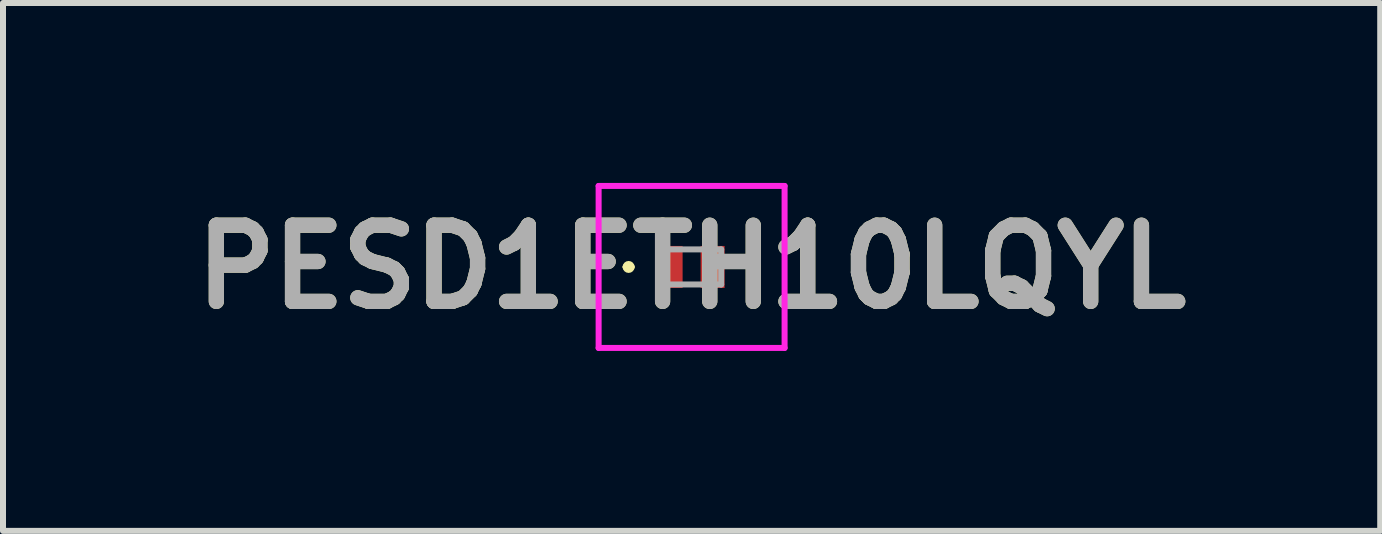
<source format=kicad_pcb>
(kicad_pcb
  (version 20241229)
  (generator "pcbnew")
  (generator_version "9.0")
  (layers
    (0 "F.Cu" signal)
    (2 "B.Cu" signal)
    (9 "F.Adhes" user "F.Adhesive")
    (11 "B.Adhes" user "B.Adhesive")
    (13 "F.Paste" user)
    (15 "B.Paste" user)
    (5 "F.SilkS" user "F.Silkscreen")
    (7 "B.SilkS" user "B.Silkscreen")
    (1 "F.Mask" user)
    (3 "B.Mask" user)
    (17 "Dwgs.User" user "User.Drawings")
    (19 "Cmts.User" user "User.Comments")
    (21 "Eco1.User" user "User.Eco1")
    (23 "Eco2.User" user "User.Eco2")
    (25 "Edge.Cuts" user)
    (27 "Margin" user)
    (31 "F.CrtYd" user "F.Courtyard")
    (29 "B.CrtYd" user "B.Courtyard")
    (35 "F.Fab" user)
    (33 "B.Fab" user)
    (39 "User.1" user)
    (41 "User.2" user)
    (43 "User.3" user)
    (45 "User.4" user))
  (footprint "PESD1ETH10LQYL"
    (layer "F.Cu")
    (at 8.479 1.4)
    (property "Reference" "PESD1ETH10LQYL" (at 0 0 0) (layer "F.SilkS") (effects (font (size 1.27 1.27) (thickness 0.254))))
    (attr smd)
    (fp_line (start -1.1 0) (end -1.1 0) (stroke (width 0.1) (type solid)) (layer "F.SilkS"))
    (fp_line (start -1 0) (end -1 0) (stroke (width 0.1) (type solid)) (layer "F.SilkS"))
    (fp_arc (start -1.1 0) (mid -1.05 -0.05) (end -1 0) (stroke (width 0.1) (type solid)) (layer "F.SilkS"))
    (fp_arc (start -1 0) (mid -1.05 0.05) (end -1.1 0) (stroke (width 0.1) (type solid)) (layer "F.SilkS"))
    (fp_line (start -1.55 -1.35) (end 1.55 -1.35) (stroke (width 0.1) (type solid)) (layer "F.CrtYd"))
    (fp_line (start -1.55 1.35) (end -1.55 -1.35) (stroke (width 0.1) (type solid)) (layer "F.CrtYd"))
    (fp_line (start 1.55 -1.35) (end 1.55 1.35) (stroke (width 0.1) (type solid)) (layer "F.CrtYd"))
    (fp_line (start 1.55 1.35) (end -1.55 1.35) (stroke (width 0.1) (type solid)) (layer "F.CrtYd"))
    (fp_line (start -0.493 -0.292) (end 0.493 -0.292) (stroke (width 0.1) (type solid)) (layer "F.Fab"))
    (fp_line (start -0.493 0.292) (end -0.493 -0.292) (stroke (width 0.1) (type solid)) (layer "F.Fab"))
    (fp_line (start 0.493 -0.292) (end 0.493 0.292) (stroke (width 0.1) (type solid)) (layer "F.Fab"))
    (fp_line (start 0.493 0.292) (end -0.493 0.292) (stroke (width 0.1) (type solid)) (layer "F.Fab"))
    (fp_text user "${REFERENCE}" (at 0 0 0) (layer "F.Fab") (effects (font (size 1.27 1.27) (thickness 0.254))))
    (pad "1" smd rect (at -0.35 0) (size 0.4 0.7) (layers "F.Cu" "F.Mask" "F.Paste"))
    (pad "2" smd rect (at 0.35 0) (size 0.4 0.7) (layers "F.Cu" "F.Mask" "F.Paste")))
  (gr_rect
    (start -3 -3)
    (end 19.958 5.8)
    (stroke (width 0.1) (type default))
    (fill no)
    (layer "Edge.Cuts")))
</source>
